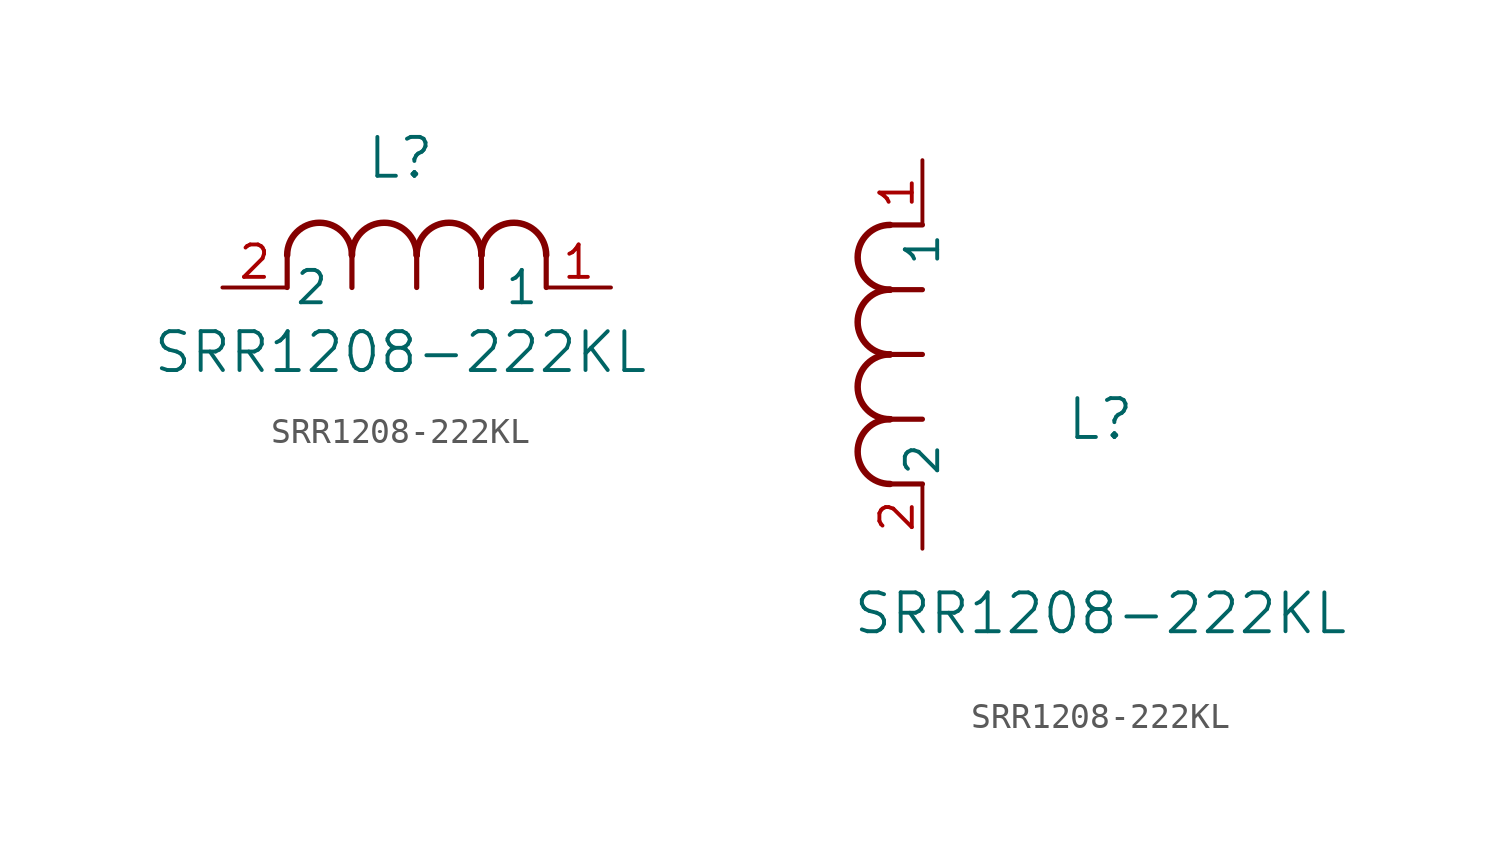
<source format=kicad_sym>
(kicad_symbol_lib
  (version 20211014)
  (generator kicad_symbol_editor)
  (symbol "SRR1208-222KL"
    (pin_names
      (offset 0.254))
    (property "Reference" "L"
      (at 6.985 5.08 0)
      (effects (font (size 1.524 1.524))))
    (property "Value" "SRR1208-222KL"
      (at 6.985 -2.54 0)
      (effects (font (size 1.524 1.524))))
    (symbol "SRR1208-222KL_1_1"
      (arc (start 7.62 1.27) (mid 6.35 2.54) (end 5.08 1.27) (stroke (width 0.254) (type default) (color 0 0 0 0)) (fill (type none)))
      (polyline (pts (xy 5.08 0) (xy 5.08 1.27)) (stroke (width 0.203) (type default) (color 0 0 0 0)) (fill (type none)))
      (polyline (pts (xy 7.62 0) (xy 7.62 1.27)) (stroke (width 0.203) (type default) (color 0 0 0 0)) (fill (type none)))
      (polyline (pts (xy 12.7 0) (xy 12.7 1.27)) (stroke (width 0.203) (type default) (color 0 0 0 0)) (fill (type none)))
      (arc (start 5.08 1.27) (mid 3.81 2.54) (end 2.54 1.27) (stroke (width 0.254) (type default) (color 0 0 0 0)) (fill (type none)))
      (arc (start 10.16 1.27) (mid 8.89 2.54) (end 7.62 1.27) (stroke (width 0.254) (type default) (color 0 0 0 0)) (fill (type none)))
      (arc (start 12.7 1.27) (mid 11.43 2.54) (end 10.16 1.27) (stroke (width 0.254) (type default) (color 0 0 0 0)) (fill (type none)))
      (polyline (pts (xy 2.54 0) (xy 2.54 1.27)) (stroke (width 0.203) (type default) (color 0 0 0 0)) (fill (type none)))
      (polyline (pts (xy 10.16 0) (xy 10.16 1.27)) (stroke (width 0.203) (type default) (color 0 0 0 0)) (fill (type none)))
      (pin unspecified line (at 0 0 0) (length 2.54) (name "2" (effects (font (size 1.27 1.27)))) (number "2" (effects (font (size 1.27 1.27)))))
      (pin unspecified line (at 15.24 0 180) (length 2.54) (name "1" (effects (font (size 1.27 1.27)))) (number "1" (effects (font (size 1.27 1.27))))))
    (symbol "SRR1208-222KL_1_2"
      (arc (start -1.27 7.62) (mid -2.54 6.35) (end -1.27 5.08) (stroke (width 0.254) (type default) (color 0 0 0 0)) (fill (type none)))
      (arc (start -1.27 5.08) (mid -2.54 3.81) (end -1.27 2.54) (stroke (width 0.254) (type default) (color 0 0 0 0)) (fill (type none)))
      (arc (start -1.27 12.7) (mid -2.54 11.43) (end -1.27 10.16) (stroke (width 0.254) (type default) (color 0 0 0 0)) (fill (type none)))
      (arc (start -1.27 10.16) (mid -2.54 8.89) (end -1.27 7.62) (stroke (width 0.254) (type default) (color 0 0 0 0)) (fill (type none)))
      (polyline (pts (xy 0 7.62) (xy -1.27 7.62)) (stroke (width 0.203) (type default) (color 0 0 0 0)) (fill (type none)))
      (polyline (pts (xy 0 5.08) (xy -1.27 5.08)) (stroke (width 0.203) (type default) (color 0 0 0 0)) (fill (type none)))
      (polyline (pts (xy 0 12.7) (xy -1.27 12.7)) (stroke (width 0.203) (type default) (color 0 0 0 0)) (fill (type none)))
      (polyline (pts (xy 0 2.54) (xy -1.27 2.54)) (stroke (width 0.203) (type default) (color 0 0 0 0)) (fill (type none)))
      (polyline (pts (xy 0 10.16) (xy -1.27 10.16)) (stroke (width 0.203) (type default) (color 0 0 0 0)) (fill (type none)))
      (pin unspecified line (at 0 0 90) (length 2.54) (name "2" (effects (font (size 1.27 1.27)))) (number "2" (effects (font (size 1.27 1.27)))))
      (pin unspecified line (at 0 15.24 270) (length 2.54) (name "1" (effects (font (size 1.27 1.27)))) (number "1" (effects (font (size 1.27 1.27))))))))
</source>
